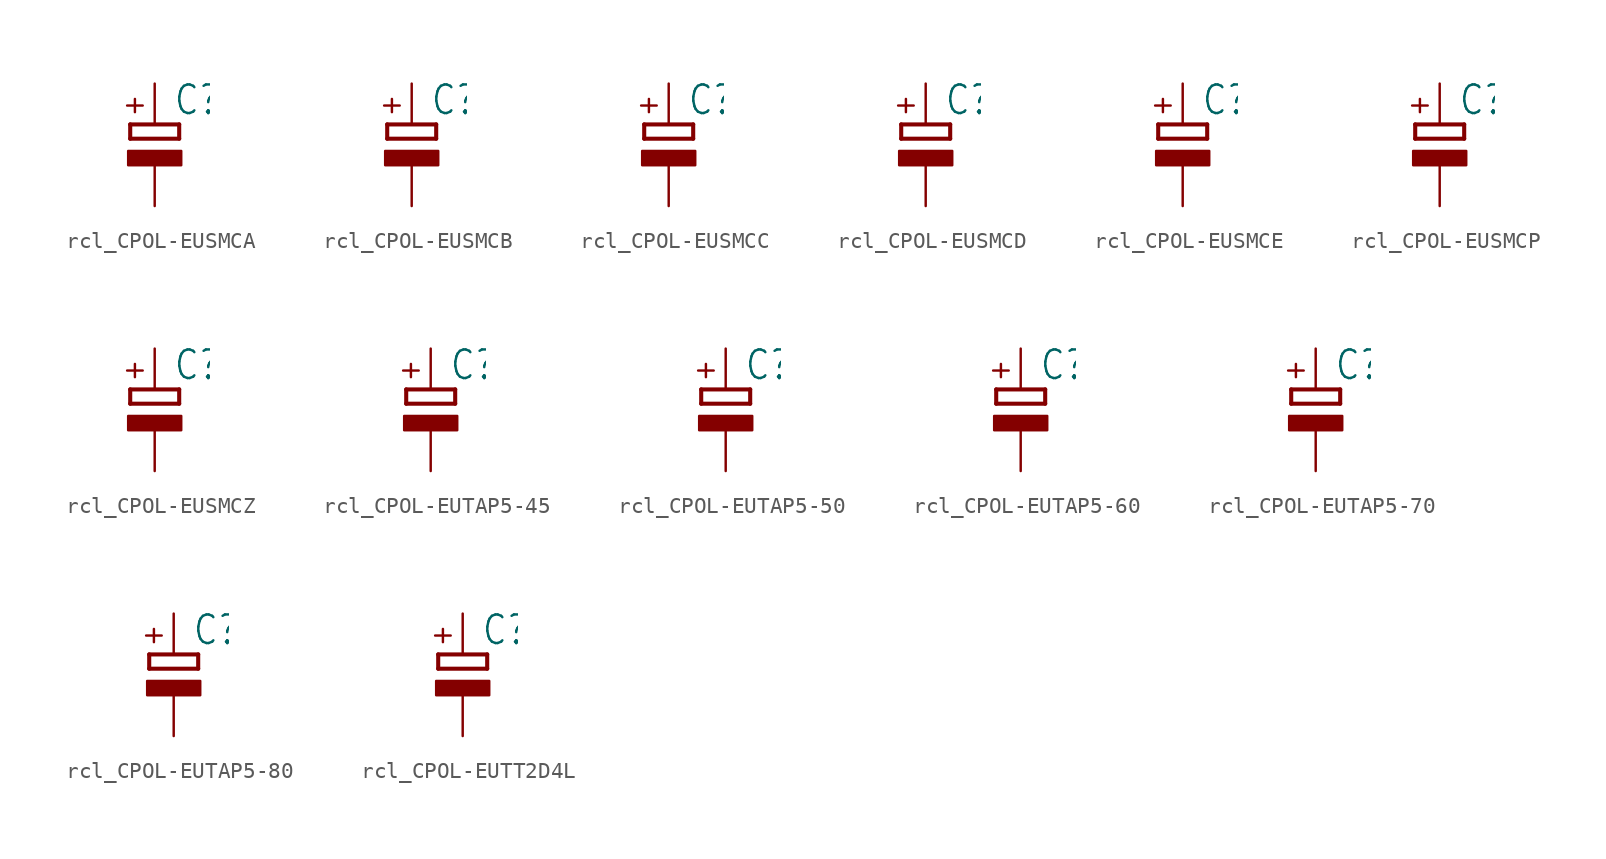
<source format=kicad_sym>
(kicad_symbol_lib
  (version 20231120)
  (generator "kicad_symbol_editor")
  (generator_version "8.0")
  (symbol "rcl_CPOL-EUSMCA"
    (property "Reference" "C"
      (at 1.143 0.483 0)
      (effects (font (size 1.778 1.511)) (justify left bottom)))
    (property "Value" ""
      (at 1.143 -4.597 0)
      (effects (font (size 1.778 1.511)) (justify left bottom)))
    (property "ki_locked" ""
      (at 0 0 0)
      (effects (font (size 1.27 1.27))))
    (symbol "rcl_CPOL-EUSMCA_1_0"
      (rectangle (start -1.651 -2.54) (end 1.651 -1.651) (stroke (width 0) (type default)) (fill (type outline)))
      (polyline (pts (xy -1.524 -0.889) (xy 1.524 -0.889)) (stroke (width 0.254) (type solid)) (fill (type none)))
      (polyline (pts (xy -1.524 0) (xy -1.524 -0.889)) (stroke (width 0.254) (type solid)) (fill (type none)))
      (polyline (pts (xy -1.524 0) (xy 1.524 0)) (stroke (width 0.254) (type solid)) (fill (type none)))
      (polyline (pts (xy 1.524 -0.889) (xy 1.524 0)) (stroke (width 0.254) (type solid)) (fill (type none)))
      (text "+" (at -0.584 0.406 900) (effects (font (size 1.27 1.079)) (justify left bottom)))
      (pin passive line (at 0 2.54 270) (length 2.54) (name "+" (effects (font (size 0 0)))) (number "+" (effects (font (size 0 0)))))
      (pin passive line (at 0 -5.08 90) (length 2.54) (name "-" (effects (font (size 0 0)))) (number "-" (effects (font (size 0 0)))))))
  (symbol "rcl_CPOL-EUSMCB"
    (property "Reference" "C"
      (at 1.143 0.483 0)
      (effects (font (size 1.778 1.511)) (justify left bottom)))
    (property "Value" ""
      (at 1.143 -4.597 0)
      (effects (font (size 1.778 1.511)) (justify left bottom)))
    (property "ki_locked" ""
      (at 0 0 0)
      (effects (font (size 1.27 1.27))))
    (symbol "rcl_CPOL-EUSMCB_1_0"
      (rectangle (start -1.651 -2.54) (end 1.651 -1.651) (stroke (width 0) (type default)) (fill (type outline)))
      (polyline (pts (xy -1.524 -0.889) (xy 1.524 -0.889)) (stroke (width 0.254) (type solid)) (fill (type none)))
      (polyline (pts (xy -1.524 0) (xy -1.524 -0.889)) (stroke (width 0.254) (type solid)) (fill (type none)))
      (polyline (pts (xy -1.524 0) (xy 1.524 0)) (stroke (width 0.254) (type solid)) (fill (type none)))
      (polyline (pts (xy 1.524 -0.889) (xy 1.524 0)) (stroke (width 0.254) (type solid)) (fill (type none)))
      (text "+" (at -0.584 0.406 900) (effects (font (size 1.27 1.079)) (justify left bottom)))
      (pin passive line (at 0 2.54 270) (length 2.54) (name "+" (effects (font (size 0 0)))) (number "+" (effects (font (size 0 0)))))
      (pin passive line (at 0 -5.08 90) (length 2.54) (name "-" (effects (font (size 0 0)))) (number "-" (effects (font (size 0 0)))))))
  (symbol "rcl_CPOL-EUSMCC"
    (property "Reference" "C"
      (at 1.143 0.483 0)
      (effects (font (size 1.778 1.511)) (justify left bottom)))
    (property "Value" ""
      (at 1.143 -4.597 0)
      (effects (font (size 1.778 1.511)) (justify left bottom)))
    (property "ki_locked" ""
      (at 0 0 0)
      (effects (font (size 1.27 1.27))))
    (symbol "rcl_CPOL-EUSMCC_1_0"
      (rectangle (start -1.651 -2.54) (end 1.651 -1.651) (stroke (width 0) (type default)) (fill (type outline)))
      (polyline (pts (xy -1.524 -0.889) (xy 1.524 -0.889)) (stroke (width 0.254) (type solid)) (fill (type none)))
      (polyline (pts (xy -1.524 0) (xy -1.524 -0.889)) (stroke (width 0.254) (type solid)) (fill (type none)))
      (polyline (pts (xy -1.524 0) (xy 1.524 0)) (stroke (width 0.254) (type solid)) (fill (type none)))
      (polyline (pts (xy 1.524 -0.889) (xy 1.524 0)) (stroke (width 0.254) (type solid)) (fill (type none)))
      (text "+" (at -0.584 0.406 900) (effects (font (size 1.27 1.079)) (justify left bottom)))
      (pin passive line (at 0 2.54 270) (length 2.54) (name "+" (effects (font (size 0 0)))) (number "+" (effects (font (size 0 0)))))
      (pin passive line (at 0 -5.08 90) (length 2.54) (name "-" (effects (font (size 0 0)))) (number "-" (effects (font (size 0 0)))))))
  (symbol "rcl_CPOL-EUSMCD"
    (property "Reference" "C"
      (at 1.143 0.483 0)
      (effects (font (size 1.778 1.511)) (justify left bottom)))
    (property "Value" ""
      (at 1.143 -4.597 0)
      (effects (font (size 1.778 1.511)) (justify left bottom)))
    (property "ki_locked" ""
      (at 0 0 0)
      (effects (font (size 1.27 1.27))))
    (symbol "rcl_CPOL-EUSMCD_1_0"
      (rectangle (start -1.651 -2.54) (end 1.651 -1.651) (stroke (width 0) (type default)) (fill (type outline)))
      (polyline (pts (xy -1.524 -0.889) (xy 1.524 -0.889)) (stroke (width 0.254) (type solid)) (fill (type none)))
      (polyline (pts (xy -1.524 0) (xy -1.524 -0.889)) (stroke (width 0.254) (type solid)) (fill (type none)))
      (polyline (pts (xy -1.524 0) (xy 1.524 0)) (stroke (width 0.254) (type solid)) (fill (type none)))
      (polyline (pts (xy 1.524 -0.889) (xy 1.524 0)) (stroke (width 0.254) (type solid)) (fill (type none)))
      (text "+" (at -0.584 0.406 900) (effects (font (size 1.27 1.079)) (justify left bottom)))
      (pin passive line (at 0 2.54 270) (length 2.54) (name "+" (effects (font (size 0 0)))) (number "+" (effects (font (size 0 0)))))
      (pin passive line (at 0 -5.08 90) (length 2.54) (name "-" (effects (font (size 0 0)))) (number "-" (effects (font (size 0 0)))))))
  (symbol "rcl_CPOL-EUSMCE"
    (property "Reference" "C"
      (at 1.143 0.483 0)
      (effects (font (size 1.778 1.511)) (justify left bottom)))
    (property "Value" ""
      (at 1.143 -4.597 0)
      (effects (font (size 1.778 1.511)) (justify left bottom)))
    (property "ki_locked" ""
      (at 0 0 0)
      (effects (font (size 1.27 1.27))))
    (symbol "rcl_CPOL-EUSMCE_1_0"
      (rectangle (start -1.651 -2.54) (end 1.651 -1.651) (stroke (width 0) (type default)) (fill (type outline)))
      (polyline (pts (xy -1.524 -0.889) (xy 1.524 -0.889)) (stroke (width 0.254) (type solid)) (fill (type none)))
      (polyline (pts (xy -1.524 0) (xy -1.524 -0.889)) (stroke (width 0.254) (type solid)) (fill (type none)))
      (polyline (pts (xy -1.524 0) (xy 1.524 0)) (stroke (width 0.254) (type solid)) (fill (type none)))
      (polyline (pts (xy 1.524 -0.889) (xy 1.524 0)) (stroke (width 0.254) (type solid)) (fill (type none)))
      (text "+" (at -0.584 0.406 900) (effects (font (size 1.27 1.079)) (justify left bottom)))
      (pin passive line (at 0 2.54 270) (length 2.54) (name "+" (effects (font (size 0 0)))) (number "+" (effects (font (size 0 0)))))
      (pin passive line (at 0 -5.08 90) (length 2.54) (name "-" (effects (font (size 0 0)))) (number "-" (effects (font (size 0 0)))))))
  (symbol "rcl_CPOL-EUSMCP"
    (property "Reference" "C"
      (at 1.143 0.483 0)
      (effects (font (size 1.778 1.511)) (justify left bottom)))
    (property "Value" ""
      (at 1.143 -4.597 0)
      (effects (font (size 1.778 1.511)) (justify left bottom)))
    (property "ki_locked" ""
      (at 0 0 0)
      (effects (font (size 1.27 1.27))))
    (symbol "rcl_CPOL-EUSMCP_1_0"
      (rectangle (start -1.651 -2.54) (end 1.651 -1.651) (stroke (width 0) (type default)) (fill (type outline)))
      (polyline (pts (xy -1.524 -0.889) (xy 1.524 -0.889)) (stroke (width 0.254) (type solid)) (fill (type none)))
      (polyline (pts (xy -1.524 0) (xy -1.524 -0.889)) (stroke (width 0.254) (type solid)) (fill (type none)))
      (polyline (pts (xy -1.524 0) (xy 1.524 0)) (stroke (width 0.254) (type solid)) (fill (type none)))
      (polyline (pts (xy 1.524 -0.889) (xy 1.524 0)) (stroke (width 0.254) (type solid)) (fill (type none)))
      (text "+" (at -0.584 0.406 900) (effects (font (size 1.27 1.079)) (justify left bottom)))
      (pin passive line (at 0 2.54 270) (length 2.54) (name "+" (effects (font (size 0 0)))) (number "+" (effects (font (size 0 0)))))
      (pin passive line (at 0 -5.08 90) (length 2.54) (name "-" (effects (font (size 0 0)))) (number "-" (effects (font (size 0 0)))))))
  (symbol "rcl_CPOL-EUSMCZ"
    (property "Reference" "C"
      (at 1.143 0.483 0)
      (effects (font (size 1.778 1.511)) (justify left bottom)))
    (property "Value" ""
      (at 1.143 -4.597 0)
      (effects (font (size 1.778 1.511)) (justify left bottom)))
    (property "ki_locked" ""
      (at 0 0 0)
      (effects (font (size 1.27 1.27))))
    (symbol "rcl_CPOL-EUSMCZ_1_0"
      (rectangle (start -1.651 -2.54) (end 1.651 -1.651) (stroke (width 0) (type default)) (fill (type outline)))
      (polyline (pts (xy -1.524 -0.889) (xy 1.524 -0.889)) (stroke (width 0.254) (type solid)) (fill (type none)))
      (polyline (pts (xy -1.524 0) (xy -1.524 -0.889)) (stroke (width 0.254) (type solid)) (fill (type none)))
      (polyline (pts (xy -1.524 0) (xy 1.524 0)) (stroke (width 0.254) (type solid)) (fill (type none)))
      (polyline (pts (xy 1.524 -0.889) (xy 1.524 0)) (stroke (width 0.254) (type solid)) (fill (type none)))
      (text "+" (at -0.584 0.406 900) (effects (font (size 1.27 1.079)) (justify left bottom)))
      (pin passive line (at 0 2.54 270) (length 2.54) (name "+" (effects (font (size 0 0)))) (number "+" (effects (font (size 0 0)))))
      (pin passive line (at 0 -5.08 90) (length 2.54) (name "-" (effects (font (size 0 0)))) (number "-" (effects (font (size 0 0)))))))
  (symbol "rcl_CPOL-EUTAP5-45"
    (property "Reference" "C"
      (at 1.143 0.483 0)
      (effects (font (size 1.778 1.511)) (justify left bottom)))
    (property "Value" ""
      (at 1.143 -4.597 0)
      (effects (font (size 1.778 1.511)) (justify left bottom)))
    (property "ki_locked" ""
      (at 0 0 0)
      (effects (font (size 1.27 1.27))))
    (symbol "rcl_CPOL-EUTAP5-45_1_0"
      (rectangle (start -1.651 -2.54) (end 1.651 -1.651) (stroke (width 0) (type default)) (fill (type outline)))
      (polyline (pts (xy -1.524 -0.889) (xy 1.524 -0.889)) (stroke (width 0.254) (type solid)) (fill (type none)))
      (polyline (pts (xy -1.524 0) (xy -1.524 -0.889)) (stroke (width 0.254) (type solid)) (fill (type none)))
      (polyline (pts (xy -1.524 0) (xy 1.524 0)) (stroke (width 0.254) (type solid)) (fill (type none)))
      (polyline (pts (xy 1.524 -0.889) (xy 1.524 0)) (stroke (width 0.254) (type solid)) (fill (type none)))
      (text "+" (at -0.584 0.406 900) (effects (font (size 1.27 1.079)) (justify left bottom)))
      (pin passive line (at 0 2.54 270) (length 2.54) (name "+" (effects (font (size 0 0)))) (number "+" (effects (font (size 0 0)))))
      (pin passive line (at 0 -5.08 90) (length 2.54) (name "-" (effects (font (size 0 0)))) (number "-" (effects (font (size 0 0)))))))
  (symbol "rcl_CPOL-EUTAP5-50"
    (property "Reference" "C"
      (at 1.143 0.483 0)
      (effects (font (size 1.778 1.511)) (justify left bottom)))
    (property "Value" ""
      (at 1.143 -4.597 0)
      (effects (font (size 1.778 1.511)) (justify left bottom)))
    (property "ki_locked" ""
      (at 0 0 0)
      (effects (font (size 1.27 1.27))))
    (symbol "rcl_CPOL-EUTAP5-50_1_0"
      (rectangle (start -1.651 -2.54) (end 1.651 -1.651) (stroke (width 0) (type default)) (fill (type outline)))
      (polyline (pts (xy -1.524 -0.889) (xy 1.524 -0.889)) (stroke (width 0.254) (type solid)) (fill (type none)))
      (polyline (pts (xy -1.524 0) (xy -1.524 -0.889)) (stroke (width 0.254) (type solid)) (fill (type none)))
      (polyline (pts (xy -1.524 0) (xy 1.524 0)) (stroke (width 0.254) (type solid)) (fill (type none)))
      (polyline (pts (xy 1.524 -0.889) (xy 1.524 0)) (stroke (width 0.254) (type solid)) (fill (type none)))
      (text "+" (at -0.584 0.406 900) (effects (font (size 1.27 1.079)) (justify left bottom)))
      (pin passive line (at 0 2.54 270) (length 2.54) (name "+" (effects (font (size 0 0)))) (number "+" (effects (font (size 0 0)))))
      (pin passive line (at 0 -5.08 90) (length 2.54) (name "-" (effects (font (size 0 0)))) (number "-" (effects (font (size 0 0)))))))
  (symbol "rcl_CPOL-EUTAP5-60"
    (property "Reference" "C"
      (at 1.143 0.483 0)
      (effects (font (size 1.778 1.511)) (justify left bottom)))
    (property "Value" ""
      (at 1.143 -4.597 0)
      (effects (font (size 1.778 1.511)) (justify left bottom)))
    (property "ki_locked" ""
      (at 0 0 0)
      (effects (font (size 1.27 1.27))))
    (symbol "rcl_CPOL-EUTAP5-60_1_0"
      (rectangle (start -1.651 -2.54) (end 1.651 -1.651) (stroke (width 0) (type default)) (fill (type outline)))
      (polyline (pts (xy -1.524 -0.889) (xy 1.524 -0.889)) (stroke (width 0.254) (type solid)) (fill (type none)))
      (polyline (pts (xy -1.524 0) (xy -1.524 -0.889)) (stroke (width 0.254) (type solid)) (fill (type none)))
      (polyline (pts (xy -1.524 0) (xy 1.524 0)) (stroke (width 0.254) (type solid)) (fill (type none)))
      (polyline (pts (xy 1.524 -0.889) (xy 1.524 0)) (stroke (width 0.254) (type solid)) (fill (type none)))
      (text "+" (at -0.584 0.406 900) (effects (font (size 1.27 1.079)) (justify left bottom)))
      (pin passive line (at 0 2.54 270) (length 2.54) (name "+" (effects (font (size 0 0)))) (number "+" (effects (font (size 0 0)))))
      (pin passive line (at 0 -5.08 90) (length 2.54) (name "-" (effects (font (size 0 0)))) (number "-" (effects (font (size 0 0)))))))
  (symbol "rcl_CPOL-EUTAP5-70"
    (property "Reference" "C"
      (at 1.143 0.483 0)
      (effects (font (size 1.778 1.511)) (justify left bottom)))
    (property "Value" ""
      (at 1.143 -4.597 0)
      (effects (font (size 1.778 1.511)) (justify left bottom)))
    (property "ki_locked" ""
      (at 0 0 0)
      (effects (font (size 1.27 1.27))))
    (symbol "rcl_CPOL-EUTAP5-70_1_0"
      (rectangle (start -1.651 -2.54) (end 1.651 -1.651) (stroke (width 0) (type default)) (fill (type outline)))
      (polyline (pts (xy -1.524 -0.889) (xy 1.524 -0.889)) (stroke (width 0.254) (type solid)) (fill (type none)))
      (polyline (pts (xy -1.524 0) (xy -1.524 -0.889)) (stroke (width 0.254) (type solid)) (fill (type none)))
      (polyline (pts (xy -1.524 0) (xy 1.524 0)) (stroke (width 0.254) (type solid)) (fill (type none)))
      (polyline (pts (xy 1.524 -0.889) (xy 1.524 0)) (stroke (width 0.254) (type solid)) (fill (type none)))
      (text "+" (at -0.584 0.406 900) (effects (font (size 1.27 1.079)) (justify left bottom)))
      (pin passive line (at 0 2.54 270) (length 2.54) (name "+" (effects (font (size 0 0)))) (number "+" (effects (font (size 0 0)))))
      (pin passive line (at 0 -5.08 90) (length 2.54) (name "-" (effects (font (size 0 0)))) (number "-" (effects (font (size 0 0)))))))
  (symbol "rcl_CPOL-EUTAP5-80"
    (property "Reference" "C"
      (at 1.143 0.483 0)
      (effects (font (size 1.778 1.511)) (justify left bottom)))
    (property "Value" ""
      (at 1.143 -4.597 0)
      (effects (font (size 1.778 1.511)) (justify left bottom)))
    (property "ki_locked" ""
      (at 0 0 0)
      (effects (font (size 1.27 1.27))))
    (symbol "rcl_CPOL-EUTAP5-80_1_0"
      (rectangle (start -1.651 -2.54) (end 1.651 -1.651) (stroke (width 0) (type default)) (fill (type outline)))
      (polyline (pts (xy -1.524 -0.889) (xy 1.524 -0.889)) (stroke (width 0.254) (type solid)) (fill (type none)))
      (polyline (pts (xy -1.524 0) (xy -1.524 -0.889)) (stroke (width 0.254) (type solid)) (fill (type none)))
      (polyline (pts (xy -1.524 0) (xy 1.524 0)) (stroke (width 0.254) (type solid)) (fill (type none)))
      (polyline (pts (xy 1.524 -0.889) (xy 1.524 0)) (stroke (width 0.254) (type solid)) (fill (type none)))
      (text "+" (at -0.584 0.406 900) (effects (font (size 1.27 1.079)) (justify left bottom)))
      (pin passive line (at 0 2.54 270) (length 2.54) (name "+" (effects (font (size 0 0)))) (number "+" (effects (font (size 0 0)))))
      (pin passive line (at 0 -5.08 90) (length 2.54) (name "-" (effects (font (size 0 0)))) (number "-" (effects (font (size 0 0)))))))
  (symbol "rcl_CPOL-EUTT2D4L"
    (property "Reference" "C"
      (at 1.143 0.483 0)
      (effects (font (size 1.778 1.511)) (justify left bottom)))
    (property "Value" ""
      (at 1.143 -4.597 0)
      (effects (font (size 1.778 1.511)) (justify left bottom)))
    (property "ki_locked" ""
      (at 0 0 0)
      (effects (font (size 1.27 1.27))))
    (symbol "rcl_CPOL-EUTT2D4L_1_0"
      (rectangle (start -1.651 -2.54) (end 1.651 -1.651) (stroke (width 0) (type default)) (fill (type outline)))
      (polyline (pts (xy -1.524 -0.889) (xy 1.524 -0.889)) (stroke (width 0.254) (type solid)) (fill (type none)))
      (polyline (pts (xy -1.524 0) (xy -1.524 -0.889)) (stroke (width 0.254) (type solid)) (fill (type none)))
      (polyline (pts (xy -1.524 0) (xy 1.524 0)) (stroke (width 0.254) (type solid)) (fill (type none)))
      (polyline (pts (xy 1.524 -0.889) (xy 1.524 0)) (stroke (width 0.254) (type solid)) (fill (type none)))
      (text "+" (at -0.584 0.406 900) (effects (font (size 1.27 1.079)) (justify left bottom)))
      (pin passive line (at 0 2.54 270) (length 2.54) (name "+" (effects (font (size 0 0)))) (number "+" (effects (font (size 0 0)))))
      (pin passive line (at 0 -5.08 90) (length 2.54) (name "-" (effects (font (size 0 0)))) (number "-" (effects (font (size 0 0))))))))
</source>
